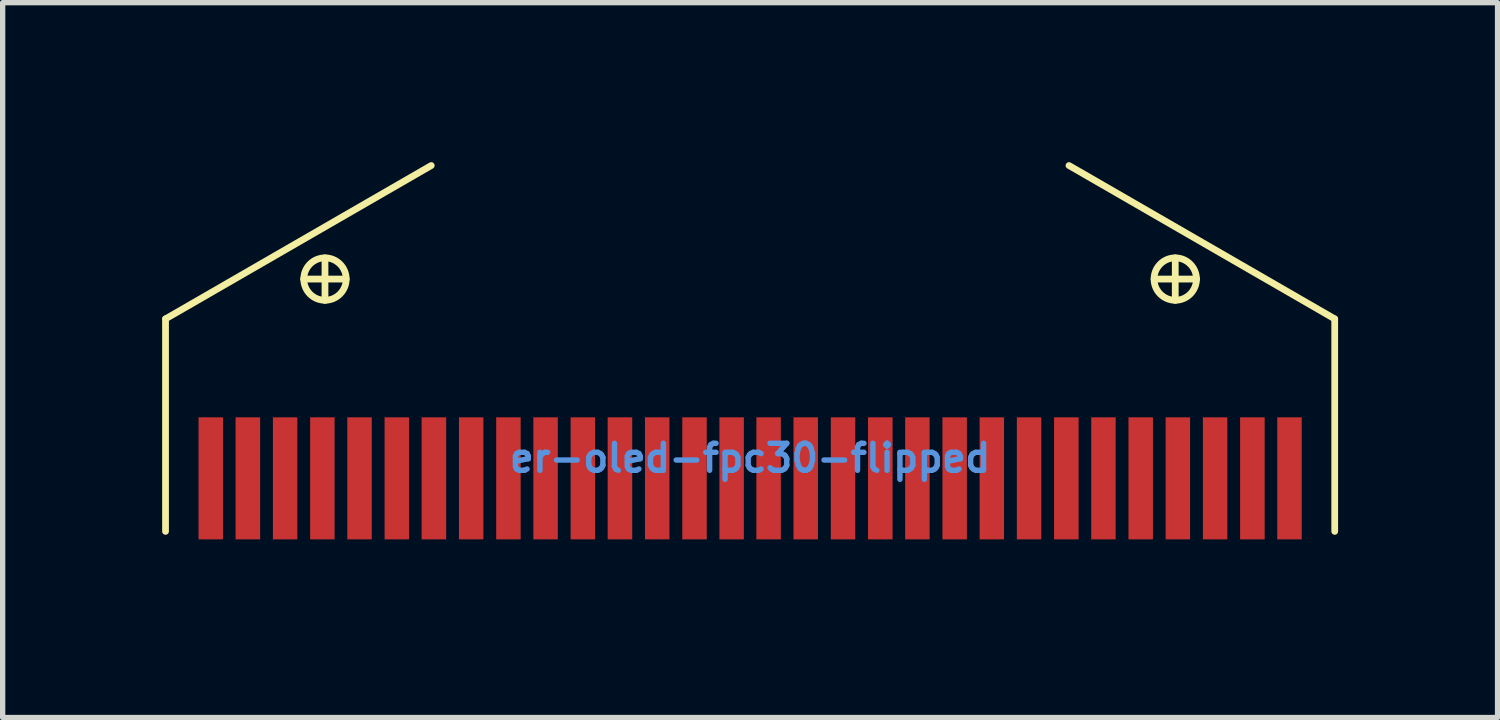
<source format=kicad_pcb>
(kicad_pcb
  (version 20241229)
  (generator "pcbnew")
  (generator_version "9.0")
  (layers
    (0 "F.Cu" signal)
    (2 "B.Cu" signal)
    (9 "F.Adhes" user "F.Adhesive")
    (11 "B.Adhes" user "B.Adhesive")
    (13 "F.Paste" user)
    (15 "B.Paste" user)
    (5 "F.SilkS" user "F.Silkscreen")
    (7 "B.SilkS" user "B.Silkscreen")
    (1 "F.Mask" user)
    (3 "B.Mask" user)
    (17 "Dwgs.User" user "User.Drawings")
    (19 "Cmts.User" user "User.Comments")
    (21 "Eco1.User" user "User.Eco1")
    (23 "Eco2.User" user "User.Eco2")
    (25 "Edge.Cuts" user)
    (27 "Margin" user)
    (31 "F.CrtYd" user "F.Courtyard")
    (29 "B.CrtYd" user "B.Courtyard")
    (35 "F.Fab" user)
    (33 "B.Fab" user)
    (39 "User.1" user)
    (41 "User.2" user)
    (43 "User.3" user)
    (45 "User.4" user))
  (footprint "er-oled-fpc30-flipped"
    (layer "F.Cu")
    (at 11.062 7.199)
    (property "Reference" "er-oled-fpc30-flipped" (at 0 -1.631 0) (layer "Cmts.User") (effects (font (size 0.508 0.508) (thickness 0.102))))
    (attr smd)
    (fp_line (start -10.998 -4.25) (end -5.999 -7.135) (stroke (width 0.127) (type solid)) (layer "F.SilkS"))
    (fp_line (start -10.998 -0.252) (end -10.998 -4.25) (stroke (width 0.127) (type solid)) (layer "F.SilkS"))
    (fp_line (start -7.998 -5.398) (end -7.998 -4.598) (stroke (width 0.127) (type solid)) (layer "F.SilkS"))
    (fp_line (start -7.6 -4.999) (end -8.4 -4.999) (stroke (width 0.127) (type solid)) (layer "F.SilkS"))
    (fp_line (start 7.998 -5.398) (end 7.998 -4.598) (stroke (width 0.127) (type solid)) (layer "F.SilkS"))
    (fp_line (start 8.4 -4.999) (end 7.6 -4.999) (stroke (width 0.127) (type solid)) (layer "F.SilkS"))
    (fp_line (start 10.998 -4.25) (end 5.999 -7.135) (stroke (width 0.127) (type solid)) (layer "F.SilkS"))
    (fp_line (start 10.998 -0.252) (end 10.998 -4.25) (stroke (width 0.127) (type solid)) (layer "F.SilkS"))
    (fp_circle (center -7.998 -4.999) (end -7.998 -5.398) (stroke (width 0.127) (type solid)) (fill no) (layer "F.SilkS"))
    (fp_circle (center 7.998 -4.999) (end 7.998 -5.398) (stroke (width 0.127) (type solid)) (fill no) (layer "F.SilkS"))
    (pad "1" smd rect (at -10.147 -1.25) (size 0.46 2.296) (layers "F.Cu" "F.Mask" "F.Paste"))
    (pad "2" smd rect (at -9.449 -1.25) (size 0.462 2.296) (layers "F.Cu" "F.Mask" "F.Paste"))
    (pad "3" smd rect (at -8.748 -1.25) (size 0.46 2.296) (layers "F.Cu" "F.Mask" "F.Paste"))
    (pad "4" smd rect (at -8.047 -1.25) (size 0.46 2.296) (layers "F.Cu" "F.Mask" "F.Paste"))
    (pad "5" smd rect (at -7.348 -1.25) (size 0.46 2.296) (layers "F.Cu" "F.Mask" "F.Paste"))
    (pad "6" smd rect (at -6.647 -1.25) (size 0.46 2.296) (layers "F.Cu" "F.Mask" "F.Paste"))
    (pad "7" smd rect (at -5.949 -1.25) (size 0.462 2.296) (layers "F.Cu" "F.Mask" "F.Paste"))
    (pad "8" smd rect (at -5.248 -1.25) (size 0.46 2.296) (layers "F.Cu" "F.Mask" "F.Paste"))
    (pad "9" smd rect (at -4.547 -1.25) (size 0.46 2.296) (layers "F.Cu" "F.Mask" "F.Paste"))
    (pad "10" smd rect (at -3.848 -1.25) (size 0.46 2.296) (layers "F.Cu" "F.Mask" "F.Paste"))
    (pad "11" smd rect (at -3.147 -1.25) (size 0.46 2.296) (layers "F.Cu" "F.Mask" "F.Paste"))
    (pad "12" smd rect (at -2.449 -1.25) (size 0.462 2.296) (layers "F.Cu" "F.Mask" "F.Paste"))
    (pad "13" smd rect (at -1.748 -1.25) (size 0.46 2.296) (layers "F.Cu" "F.Mask" "F.Paste"))
    (pad "14" smd rect (at -1.046 -1.25) (size 0.46 2.296) (layers "F.Cu" "F.Mask" "F.Paste"))
    (pad "15" smd rect (at -0.348 -1.25) (size 0.46 2.296) (layers "F.Cu" "F.Mask" "F.Paste"))
    (pad "16" smd rect (at 0.348 -1.25) (size 0.46 2.296) (layers "F.Cu" "F.Mask" "F.Paste"))
    (pad "17" smd rect (at 1.046 -1.25) (size 0.46 2.296) (layers "F.Cu" "F.Mask" "F.Paste"))
    (pad "18" smd rect (at 1.748 -1.25) (size 0.46 2.296) (layers "F.Cu" "F.Mask" "F.Paste"))
    (pad "19" smd rect (at 2.449 -1.25) (size 0.462 2.296) (layers "F.Cu" "F.Mask" "F.Paste"))
    (pad "20" smd rect (at 3.147 -1.25) (size 0.46 2.296) (layers "F.Cu" "F.Mask" "F.Paste"))
    (pad "21" smd rect (at 3.848 -1.25) (size 0.46 2.296) (layers "F.Cu" "F.Mask" "F.Paste"))
    (pad "22" smd rect (at 4.547 -1.25) (size 0.46 2.296) (layers "F.Cu" "F.Mask" "F.Paste"))
    (pad "23" smd rect (at 5.248 -1.25) (size 0.46 2.296) (layers "F.Cu" "F.Mask" "F.Paste"))
    (pad "24" smd rect (at 5.949 -1.25) (size 0.462 2.296) (layers "F.Cu" "F.Mask" "F.Paste"))
    (pad "25" smd rect (at 6.647 -1.25) (size 0.46 2.296) (layers "F.Cu" "F.Mask" "F.Paste"))
    (pad "26" smd rect (at 7.348 -1.25) (size 0.46 2.296) (layers "F.Cu" "F.Mask" "F.Paste"))
    (pad "27" smd rect (at 8.047 -1.25) (size 0.46 2.296) (layers "F.Cu" "F.Mask" "F.Paste"))
    (pad "28" smd rect (at 8.748 -1.25) (size 0.46 2.296) (layers "F.Cu" "F.Mask" "F.Paste"))
    (pad "29" smd rect (at 9.449 -1.25) (size 0.462 2.296) (layers "F.Cu" "F.Mask" "F.Paste"))
    (pad "30" smd rect (at 10.147 -1.25) (size 0.46 2.296) (layers "F.Cu" "F.Mask" "F.Paste")))
  (gr_rect
    (start -3 -3)
    (end 25.123 10.449)
    (stroke (width 0.1) (type default))
    (fill no)
    (layer "Edge.Cuts")))
</source>
